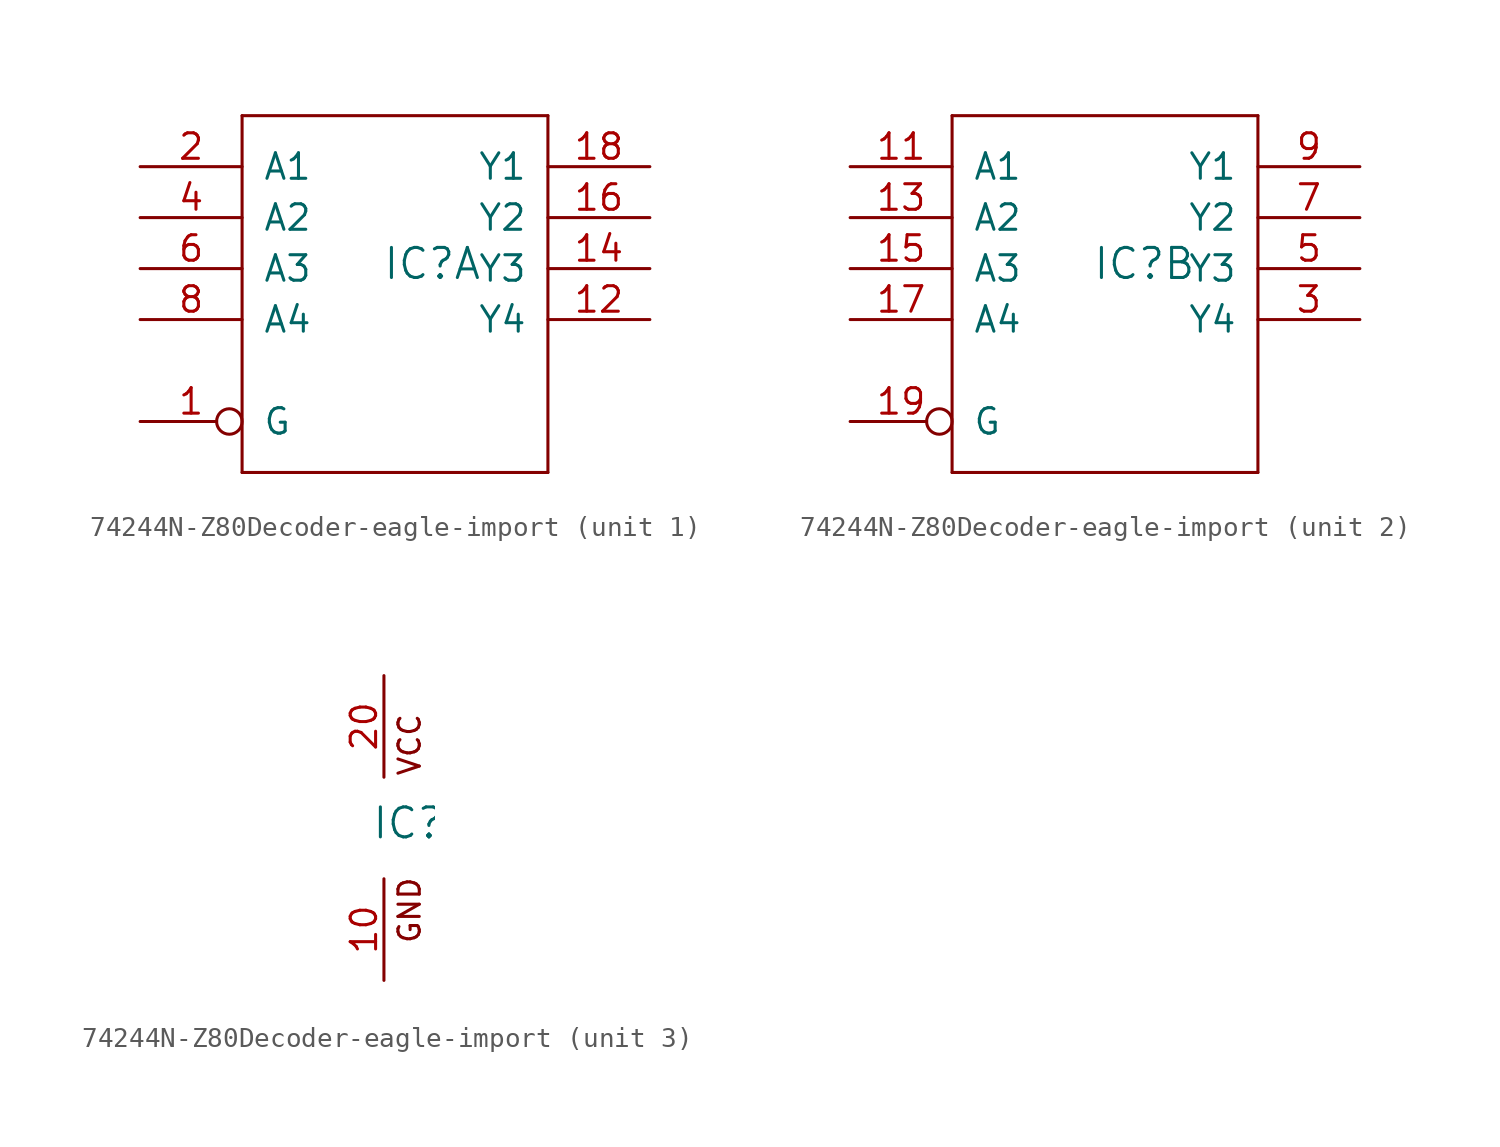
<source format=kicad_sym>
(kicad_symbol_lib
  (version 20220914)
  (generator kicad_symbol_editor)
  (symbol "74244N-Z80Decoder-eagle-import"
    (pin_names
      (offset 1.016))
    (property "Reference" "IC"
      (at -0.635 -0.635 0)
      (effects (font (size 1.499 1.499)) (justify left bottom)))
    (property "ki_locked" ""
      (at 0 0 0)
      (effects (font (size 1.27 1.27))))
    (symbol "74244N-Z80Decoder-eagle-import_1_0"
      (polyline (pts (xy -7.62 -10.16) (xy 7.62 -10.16)) (stroke (width 0) (type solid)) (fill (type none)))
      (polyline (pts (xy -7.62 7.62) (xy -7.62 -10.16)) (stroke (width 0) (type solid)) (fill (type none)))
      (polyline (pts (xy 7.62 -10.16) (xy 7.62 7.62)) (stroke (width 0) (type solid)) (fill (type none)))
      (polyline (pts (xy 7.62 7.62) (xy -7.62 7.62)) (stroke (width 0) (type solid)) (fill (type none)))
      (pin input inverted (at -12.7 -7.62 0) (length 5.08) (name "G" (effects (font (size 1.27 1.27)))) (number "1" (effects (font (size 1.27 1.27)))))
      (pin tri_state line (at 12.7 -2.54 180) (length 5.08) (name "Y4" (effects (font (size 1.27 1.27)))) (number "12" (effects (font (size 1.27 1.27)))))
      (pin tri_state line (at 12.7 0 180) (length 5.08) (name "Y3" (effects (font (size 1.27 1.27)))) (number "14" (effects (font (size 1.27 1.27)))))
      (pin tri_state line (at 12.7 2.54 180) (length 5.08) (name "Y2" (effects (font (size 1.27 1.27)))) (number "16" (effects (font (size 1.27 1.27)))))
      (pin tri_state line (at 12.7 5.08 180) (length 5.08) (name "Y1" (effects (font (size 1.27 1.27)))) (number "18" (effects (font (size 1.27 1.27)))))
      (pin input line (at -12.7 5.08 0) (length 5.08) (name "A1" (effects (font (size 1.27 1.27)))) (number "2" (effects (font (size 1.27 1.27)))))
      (pin input line (at -12.7 2.54 0) (length 5.08) (name "A2" (effects (font (size 1.27 1.27)))) (number "4" (effects (font (size 1.27 1.27)))))
      (pin input line (at -12.7 0 0) (length 5.08) (name "A3" (effects (font (size 1.27 1.27)))) (number "6" (effects (font (size 1.27 1.27)))))
      (pin input line (at -12.7 -2.54 0) (length 5.08) (name "A4" (effects (font (size 1.27 1.27)))) (number "8" (effects (font (size 1.27 1.27))))))
    (symbol "74244N-Z80Decoder-eagle-import_2_0"
      (polyline (pts (xy -7.62 -10.16) (xy 7.62 -10.16)) (stroke (width 0) (type solid)) (fill (type none)))
      (polyline (pts (xy -7.62 7.62) (xy -7.62 -10.16)) (stroke (width 0) (type solid)) (fill (type none)))
      (polyline (pts (xy 7.62 -10.16) (xy 7.62 7.62)) (stroke (width 0) (type solid)) (fill (type none)))
      (polyline (pts (xy 7.62 7.62) (xy -7.62 7.62)) (stroke (width 0) (type solid)) (fill (type none)))
      (pin input line (at -12.7 5.08 0) (length 5.08) (name "A1" (effects (font (size 1.27 1.27)))) (number "11" (effects (font (size 1.27 1.27)))))
      (pin input line (at -12.7 2.54 0) (length 5.08) (name "A2" (effects (font (size 1.27 1.27)))) (number "13" (effects (font (size 1.27 1.27)))))
      (pin input line (at -12.7 0 0) (length 5.08) (name "A3" (effects (font (size 1.27 1.27)))) (number "15" (effects (font (size 1.27 1.27)))))
      (pin input line (at -12.7 -2.54 0) (length 5.08) (name "A4" (effects (font (size 1.27 1.27)))) (number "17" (effects (font (size 1.27 1.27)))))
      (pin input inverted (at -12.7 -7.62 0) (length 5.08) (name "G" (effects (font (size 1.27 1.27)))) (number "19" (effects (font (size 1.27 1.27)))))
      (pin tri_state line (at 12.7 -2.54 180) (length 5.08) (name "Y4" (effects (font (size 1.27 1.27)))) (number "3" (effects (font (size 1.27 1.27)))))
      (pin tri_state line (at 12.7 0 180) (length 5.08) (name "Y3" (effects (font (size 1.27 1.27)))) (number "5" (effects (font (size 1.27 1.27)))))
      (pin tri_state line (at 12.7 2.54 180) (length 5.08) (name "Y2" (effects (font (size 1.27 1.27)))) (number "7" (effects (font (size 1.27 1.27)))))
      (pin tri_state line (at 12.7 5.08 180) (length 5.08) (name "Y1" (effects (font (size 1.27 1.27)))) (number "9" (effects (font (size 1.27 1.27))))))
    (symbol "74244N-Z80Decoder-eagle-import_3_0"
      (text "GND" (at 1.905 -5.842 900) (effects (font (size 1.067 1.067)) (justify left bottom)))
      (text "VCC" (at 1.905 2.54 900) (effects (font (size 1.067 1.067)) (justify left bottom)))
      (pin power_in line (at 0 -7.62 90) (length 5.08) (name "GND" (effects (font (size 0 0)))) (number "10" (effects (font (size 1.27 1.27)))))
      (pin power_in line (at 0 7.62 270) (length 5.08) (name "VCC" (effects (font (size 0 0)))) (number "20" (effects (font (size 1.27 1.27))))))))
</source>
